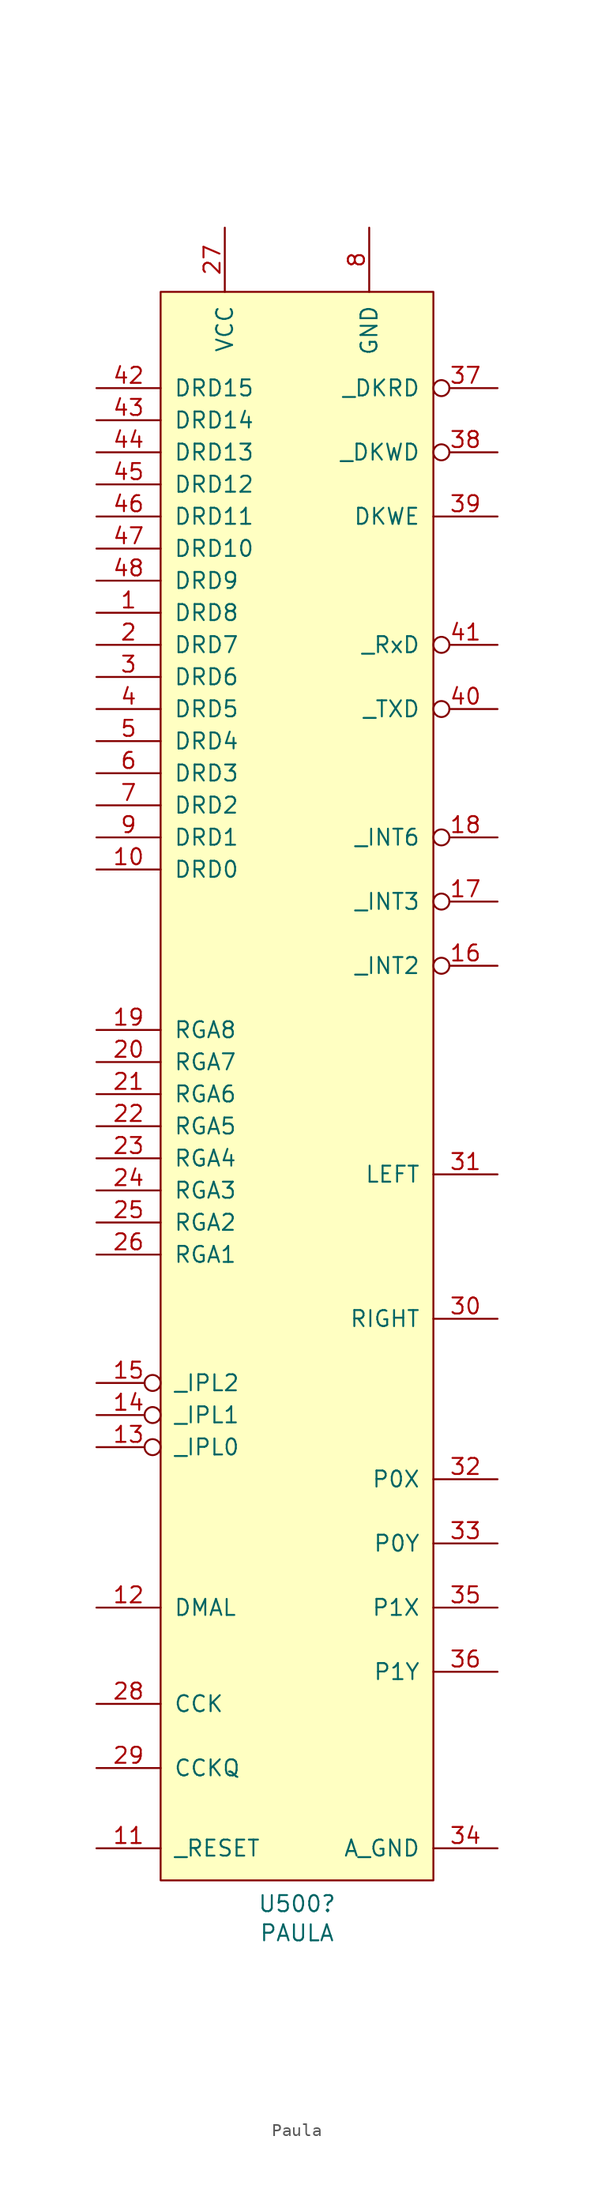
<source format=kicad_sym>
(kicad_symbol_lib
  (version 20220914)
  (generator kicad_symbol_editor)
  (symbol "Paula"
    (pin_names
      (offset 1.016))
    (property "Reference" "U500"
      (at -0.635 -69.164 0)
      (effects (font (size 1.27 1.27))))
    (property "Value" "PAULA"
      (at -0.635 -71.476 0)
      (effects (font (size 1.27 1.27))))
    (symbol "Paula_0_1"
      (rectangle (start -11.43 58.42) (end 10.16 -67.31) (stroke (width 0) (type solid)) (fill (type background))))
    (symbol "Paula_1_1"
      (pin passive line (at -16.51 33.02 0) (length 5.08) (name "DRD8" (effects (font (size 1.27 1.27)))) (number "1" (effects (font (size 1.27 1.27)))))
      (pin passive line (at -16.51 12.7 0) (length 5.08) (name "DRD0" (effects (font (size 1.27 1.27)))) (number "10" (effects (font (size 1.27 1.27)))))
      (pin passive line (at -16.51 -64.77 0) (length 5.08) (name "_RESET" (effects (font (size 1.27 1.27)))) (number "11" (effects (font (size 1.27 1.27)))))
      (pin passive line (at -16.51 -45.72 0) (length 5.08) (name "DMAL" (effects (font (size 1.27 1.27)))) (number "12" (effects (font (size 1.27 1.27)))))
      (pin passive inverted (at -16.51 -33.02 0) (length 5.08) (name "_IPL0" (effects (font (size 1.27 1.27)))) (number "13" (effects (font (size 1.27 1.27)))))
      (pin passive inverted (at -16.51 -30.48 0) (length 5.08) (name "_IPL1" (effects (font (size 1.27 1.27)))) (number "14" (effects (font (size 1.27 1.27)))))
      (pin passive inverted (at -16.51 -27.94 0) (length 5.08) (name "_IPL2" (effects (font (size 1.27 1.27)))) (number "15" (effects (font (size 1.27 1.27)))))
      (pin passive inverted (at 15.24 5.08 180) (length 5.08) (name "_INT2" (effects (font (size 1.27 1.27)))) (number "16" (effects (font (size 1.27 1.27)))))
      (pin passive inverted (at 15.24 10.16 180) (length 5.08) (name "_INT3" (effects (font (size 1.27 1.27)))) (number "17" (effects (font (size 1.27 1.27)))))
      (pin passive inverted (at 15.24 15.24 180) (length 5.08) (name "_INT6" (effects (font (size 1.27 1.27)))) (number "18" (effects (font (size 1.27 1.27)))))
      (pin passive line (at -16.51 0 0) (length 5.08) (name "RGA8" (effects (font (size 1.27 1.27)))) (number "19" (effects (font (size 1.27 1.27)))))
      (pin passive line (at -16.51 30.48 0) (length 5.08) (name "DRD7" (effects (font (size 1.27 1.27)))) (number "2" (effects (font (size 1.27 1.27)))))
      (pin passive line (at -16.51 -2.54 0) (length 5.08) (name "RGA7" (effects (font (size 1.27 1.27)))) (number "20" (effects (font (size 1.27 1.27)))))
      (pin passive line (at -16.51 -5.08 0) (length 5.08) (name "RGA6" (effects (font (size 1.27 1.27)))) (number "21" (effects (font (size 1.27 1.27)))))
      (pin passive line (at -16.51 -7.62 0) (length 5.08) (name "RGA5" (effects (font (size 1.27 1.27)))) (number "22" (effects (font (size 1.27 1.27)))))
      (pin passive line (at -16.51 -10.16 0) (length 5.08) (name "RGA4" (effects (font (size 1.27 1.27)))) (number "23" (effects (font (size 1.27 1.27)))))
      (pin passive line (at -16.51 -12.7 0) (length 5.08) (name "RGA3" (effects (font (size 1.27 1.27)))) (number "24" (effects (font (size 1.27 1.27)))))
      (pin passive line (at -16.51 -15.24 0) (length 5.08) (name "RGA2" (effects (font (size 1.27 1.27)))) (number "25" (effects (font (size 1.27 1.27)))))
      (pin passive line (at -16.51 -17.78 0) (length 5.08) (name "RGA1" (effects (font (size 1.27 1.27)))) (number "26" (effects (font (size 1.27 1.27)))))
      (pin passive line (at -6.35 63.5 270) (length 5.08) (name "VCC" (effects (font (size 1.27 1.27)))) (number "27" (effects (font (size 1.27 1.27)))))
      (pin passive line (at -16.51 -53.34 0) (length 5.08) (name "CCK" (effects (font (size 1.27 1.27)))) (number "28" (effects (font (size 1.27 1.27)))))
      (pin passive line (at -16.51 -58.42 0) (length 5.08) (name "CCKQ" (effects (font (size 1.27 1.27)))) (number "29" (effects (font (size 1.27 1.27)))))
      (pin passive line (at -16.51 27.94 0) (length 5.08) (name "DRD6" (effects (font (size 1.27 1.27)))) (number "3" (effects (font (size 1.27 1.27)))))
      (pin passive line (at 15.24 -22.86 180) (length 5.08) (name "RIGHT" (effects (font (size 1.27 1.27)))) (number "30" (effects (font (size 1.27 1.27)))))
      (pin passive line (at 15.24 -11.43 180) (length 5.08) (name "LEFT" (effects (font (size 1.27 1.27)))) (number "31" (effects (font (size 1.27 1.27)))))
      (pin passive line (at 15.24 -35.56 180) (length 5.08) (name "P0X" (effects (font (size 1.27 1.27)))) (number "32" (effects (font (size 1.27 1.27)))))
      (pin passive line (at 15.24 -40.64 180) (length 5.08) (name "P0Y" (effects (font (size 1.27 1.27)))) (number "33" (effects (font (size 1.27 1.27)))))
      (pin passive line (at 15.24 -64.77 180) (length 5.08) (name "A_GND" (effects (font (size 1.27 1.27)))) (number "34" (effects (font (size 1.27 1.27)))))
      (pin passive line (at 15.24 -45.72 180) (length 5.08) (name "P1X" (effects (font (size 1.27 1.27)))) (number "35" (effects (font (size 1.27 1.27)))))
      (pin passive line (at 15.24 -50.8 180) (length 5.08) (name "P1Y" (effects (font (size 1.27 1.27)))) (number "36" (effects (font (size 1.27 1.27)))))
      (pin passive inverted (at 15.24 50.8 180) (length 5.08) (name "_DKRD" (effects (font (size 1.27 1.27)))) (number "37" (effects (font (size 1.27 1.27)))))
      (pin passive inverted (at 15.24 45.72 180) (length 5.08) (name "_DKWD" (effects (font (size 1.27 1.27)))) (number "38" (effects (font (size 1.27 1.27)))))
      (pin passive line (at 15.24 40.64 180) (length 5.08) (name "DKWE" (effects (font (size 1.27 1.27)))) (number "39" (effects (font (size 1.27 1.27)))))
      (pin passive line (at -16.51 25.4 0) (length 5.08) (name "DRD5" (effects (font (size 1.27 1.27)))) (number "4" (effects (font (size 1.27 1.27)))))
      (pin passive inverted (at 15.24 25.4 180) (length 5.08) (name "_TXD" (effects (font (size 1.27 1.27)))) (number "40" (effects (font (size 1.27 1.27)))))
      (pin passive inverted (at 15.24 30.48 180) (length 5.08) (name "_RxD" (effects (font (size 1.27 1.27)))) (number "41" (effects (font (size 1.27 1.27)))))
      (pin passive line (at -16.51 50.8 0) (length 5.08) (name "DRD15" (effects (font (size 1.27 1.27)))) (number "42" (effects (font (size 1.27 1.27)))))
      (pin passive line (at -16.51 48.26 0) (length 5.08) (name "DRD14" (effects (font (size 1.27 1.27)))) (number "43" (effects (font (size 1.27 1.27)))))
      (pin passive line (at -16.51 45.72 0) (length 5.08) (name "DRD13" (effects (font (size 1.27 1.27)))) (number "44" (effects (font (size 1.27 1.27)))))
      (pin passive line (at -16.51 43.18 0) (length 5.08) (name "DRD12" (effects (font (size 1.27 1.27)))) (number "45" (effects (font (size 1.27 1.27)))))
      (pin passive line (at -16.51 40.64 0) (length 5.08) (name "DRD11" (effects (font (size 1.27 1.27)))) (number "46" (effects (font (size 1.27 1.27)))))
      (pin passive line (at -16.51 38.1 0) (length 5.08) (name "DRD10" (effects (font (size 1.27 1.27)))) (number "47" (effects (font (size 1.27 1.27)))))
      (pin passive line (at -16.51 35.56 0) (length 5.08) (name "DRD9" (effects (font (size 1.27 1.27)))) (number "48" (effects (font (size 1.27 1.27)))))
      (pin passive line (at -16.51 22.86 0) (length 5.08) (name "DRD4" (effects (font (size 1.27 1.27)))) (number "5" (effects (font (size 1.27 1.27)))))
      (pin passive line (at -16.51 20.32 0) (length 5.08) (name "DRD3" (effects (font (size 1.27 1.27)))) (number "6" (effects (font (size 1.27 1.27)))))
      (pin passive line (at -16.51 17.78 0) (length 5.08) (name "DRD2" (effects (font (size 1.27 1.27)))) (number "7" (effects (font (size 1.27 1.27)))))
      (pin passive line (at 5.08 63.5 270) (length 5.08) (name "GND" (effects (font (size 1.27 1.27)))) (number "8" (effects (font (size 1.27 1.27)))))
      (pin passive line (at -16.51 15.24 0) (length 5.08) (name "DRD1" (effects (font (size 1.27 1.27)))) (number "9" (effects (font (size 1.27 1.27))))))))
</source>
